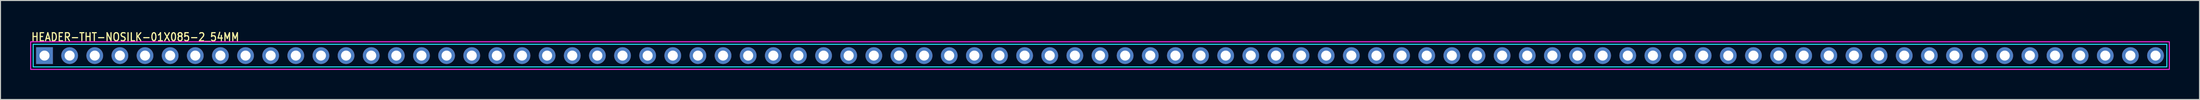
<source format=kicad_pcb>
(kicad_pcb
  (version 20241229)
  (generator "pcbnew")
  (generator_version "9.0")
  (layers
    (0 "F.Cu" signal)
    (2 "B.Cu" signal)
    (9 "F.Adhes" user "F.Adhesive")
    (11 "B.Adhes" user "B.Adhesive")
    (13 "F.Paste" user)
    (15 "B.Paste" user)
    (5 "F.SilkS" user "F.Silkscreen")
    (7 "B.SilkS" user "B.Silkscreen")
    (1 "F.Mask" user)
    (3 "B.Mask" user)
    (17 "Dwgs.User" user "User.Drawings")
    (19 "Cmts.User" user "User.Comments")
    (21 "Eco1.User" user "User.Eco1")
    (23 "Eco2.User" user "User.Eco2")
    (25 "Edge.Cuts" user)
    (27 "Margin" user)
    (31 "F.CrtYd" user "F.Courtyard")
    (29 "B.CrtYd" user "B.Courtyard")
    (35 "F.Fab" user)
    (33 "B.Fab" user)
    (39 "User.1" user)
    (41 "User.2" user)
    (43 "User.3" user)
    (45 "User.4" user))
  (footprint "HEADER-THT-NOSILK-01X085-2_54MM"
    (layer "F.Cu")
    (at 1.447 2.579)
    (property "Reference" "HEADER-THT-NOSILK-01X085-2_54MM" (at -1.4 -1.4 0) (unlocked yes) (layer "F.SilkS") (effects (font (size 0.813 0.695) (thickness 0.122)) (justify left bottom)))
    (fp_poly (pts (xy -1.143 -1.143) (xy 214.503 -1.143) (xy 214.503 1.143) (xy -1.143 1.143)) (stroke (width 0.1) (type solid)) (fill no) (layer "B.CrtYd"))
    (fp_poly (pts (xy -1.397 -1.397) (xy 214.757 -1.397) (xy 214.757 1.397) (xy -1.397 1.397)) (stroke (width 0.1) (type solid)) (fill no) (layer "F.CrtYd"))
    (pad "1" thru_hole rect (at 0 0) (size 1.693 1.693) (drill 1.016) (layers "*.Cu" "*.Mask"))
    (pad "2" thru_hole oval (at 2.54 0) (size 1.693 1.693) (drill 1.016) (layers "*.Cu" "*.Mask"))
    (pad "3" thru_hole oval (at 5.08 0) (size 1.693 1.693) (drill 1.016) (layers "*.Cu" "*.Mask"))
    (pad "4" thru_hole oval (at 7.62 0) (size 1.693 1.693) (drill 1.016) (layers "*.Cu" "*.Mask"))
    (pad "5" thru_hole oval (at 10.16 0) (size 1.693 1.693) (drill 1.016) (layers "*.Cu" "*.Mask"))
    (pad "6" thru_hole oval (at 12.7 0) (size 1.693 1.693) (drill 1.016) (layers "*.Cu" "*.Mask"))
    (pad "7" thru_hole oval (at 15.24 0) (size 1.693 1.693) (drill 1.016) (layers "*.Cu" "*.Mask"))
    (pad "8" thru_hole oval (at 17.78 0) (size 1.693 1.693) (drill 1.016) (layers "*.Cu" "*.Mask"))
    (pad "9" thru_hole oval (at 20.32 0) (size 1.693 1.693) (drill 1.016) (layers "*.Cu" "*.Mask"))
    (pad "10" thru_hole oval (at 22.86 0) (size 1.693 1.693) (drill 1.016) (layers "*.Cu" "*.Mask"))
    (pad "11" thru_hole oval (at 25.4 0) (size 1.693 1.693) (drill 1.016) (layers "*.Cu" "*.Mask"))
    (pad "12" thru_hole oval (at 27.94 0) (size 1.693 1.693) (drill 1.016) (layers "*.Cu" "*.Mask"))
    (pad "13" thru_hole oval (at 30.48 0) (size 1.693 1.693) (drill 1.016) (layers "*.Cu" "*.Mask"))
    (pad "14" thru_hole oval (at 33.02 0) (size 1.693 1.693) (drill 1.016) (layers "*.Cu" "*.Mask"))
    (pad "15" thru_hole oval (at 35.56 0) (size 1.693 1.693) (drill 1.016) (layers "*.Cu" "*.Mask"))
    (pad "16" thru_hole oval (at 38.1 0) (size 1.693 1.693) (drill 1.016) (layers "*.Cu" "*.Mask"))
    (pad "17" thru_hole oval (at 40.64 0) (size 1.693 1.693) (drill 1.016) (layers "*.Cu" "*.Mask"))
    (pad "18" thru_hole oval (at 43.18 0) (size 1.693 1.693) (drill 1.016) (layers "*.Cu" "*.Mask"))
    (pad "19" thru_hole oval (at 45.72 0) (size 1.693 1.693) (drill 1.016) (layers "*.Cu" "*.Mask"))
    (pad "20" thru_hole oval (at 48.26 0) (size 1.693 1.693) (drill 1.016) (layers "*.Cu" "*.Mask"))
    (pad "21" thru_hole oval (at 50.8 0) (size 1.693 1.693) (drill 1.016) (layers "*.Cu" "*.Mask"))
    (pad "22" thru_hole oval (at 53.34 0) (size 1.693 1.693) (drill 1.016) (layers "*.Cu" "*.Mask"))
    (pad "23" thru_hole oval (at 55.88 0) (size 1.693 1.693) (drill 1.016) (layers "*.Cu" "*.Mask"))
    (pad "24" thru_hole oval (at 58.42 0) (size 1.693 1.693) (drill 1.016) (layers "*.Cu" "*.Mask"))
    (pad "25" thru_hole oval (at 60.96 0) (size 1.693 1.693) (drill 1.016) (layers "*.Cu" "*.Mask"))
    (pad "26" thru_hole oval (at 63.5 0) (size 1.693 1.693) (drill 1.016) (layers "*.Cu" "*.Mask"))
    (pad "27" thru_hole oval (at 66.04 0) (size 1.693 1.693) (drill 1.016) (layers "*.Cu" "*.Mask"))
    (pad "28" thru_hole oval (at 68.58 0) (size 1.693 1.693) (drill 1.016) (layers "*.Cu" "*.Mask"))
    (pad "29" thru_hole oval (at 71.12 0) (size 1.693 1.693) (drill 1.016) (layers "*.Cu" "*.Mask"))
    (pad "30" thru_hole oval (at 73.66 0) (size 1.693 1.693) (drill 1.016) (layers "*.Cu" "*.Mask"))
    (pad "31" thru_hole oval (at 76.2 0) (size 1.693 1.693) (drill 1.016) (layers "*.Cu" "*.Mask"))
    (pad "32" thru_hole oval (at 78.74 0) (size 1.693 1.693) (drill 1.016) (layers "*.Cu" "*.Mask"))
    (pad "33" thru_hole oval (at 81.28 0) (size 1.693 1.693) (drill 1.016) (layers "*.Cu" "*.Mask"))
    (pad "34" thru_hole oval (at 83.82 0) (size 1.693 1.693) (drill 1.016) (layers "*.Cu" "*.Mask"))
    (pad "35" thru_hole oval (at 86.36 0) (size 1.693 1.693) (drill 1.016) (layers "*.Cu" "*.Mask"))
    (pad "36" thru_hole oval (at 88.9 0) (size 1.693 1.693) (drill 1.016) (layers "*.Cu" "*.Mask"))
    (pad "37" thru_hole oval (at 91.44 0) (size 1.693 1.693) (drill 1.016) (layers "*.Cu" "*.Mask"))
    (pad "38" thru_hole oval (at 93.98 0) (size 1.693 1.693) (drill 1.016) (layers "*.Cu" "*.Mask"))
    (pad "39" thru_hole oval (at 96.52 0) (size 1.693 1.693) (drill 1.016) (layers "*.Cu" "*.Mask"))
    (pad "40" thru_hole oval (at 99.06 0) (size 1.693 1.693) (drill 1.016) (layers "*.Cu" "*.Mask"))
    (pad "41" thru_hole oval (at 101.6 0) (size 1.693 1.693) (drill 1.016) (layers "*.Cu" "*.Mask"))
    (pad "42" thru_hole oval (at 104.14 0) (size 1.693 1.693) (drill 1.016) (layers "*.Cu" "*.Mask"))
    (pad "43" thru_hole oval (at 106.68 0) (size 1.693 1.693) (drill 1.016) (layers "*.Cu" "*.Mask"))
    (pad "44" thru_hole oval (at 109.22 0) (size 1.693 1.693) (drill 1.016) (layers "*.Cu" "*.Mask"))
    (pad "45" thru_hole oval (at 111.76 0) (size 1.693 1.693) (drill 1.016) (layers "*.Cu" "*.Mask"))
    (pad "46" thru_hole oval (at 114.3 0) (size 1.693 1.693) (drill 1.016) (layers "*.Cu" "*.Mask"))
    (pad "47" thru_hole oval (at 116.84 0) (size 1.693 1.693) (drill 1.016) (layers "*.Cu" "*.Mask"))
    (pad "48" thru_hole oval (at 119.38 0) (size 1.693 1.693) (drill 1.016) (layers "*.Cu" "*.Mask"))
    (pad "49" thru_hole oval (at 121.92 0) (size 1.693 1.693) (drill 1.016) (layers "*.Cu" "*.Mask"))
    (pad "50" thru_hole oval (at 124.46 0) (size 1.693 1.693) (drill 1.016) (layers "*.Cu" "*.Mask"))
    (pad "51" thru_hole oval (at 127 0) (size 1.693 1.693) (drill 1.016) (layers "*.Cu" "*.Mask"))
    (pad "52" thru_hole oval (at 129.54 0) (size 1.693 1.693) (drill 1.016) (layers "*.Cu" "*.Mask"))
    (pad "53" thru_hole oval (at 132.08 0) (size 1.693 1.693) (drill 1.016) (layers "*.Cu" "*.Mask"))
    (pad "54" thru_hole oval (at 134.62 0) (size 1.693 1.693) (drill 1.016) (layers "*.Cu" "*.Mask"))
    (pad "55" thru_hole oval (at 137.16 0) (size 1.693 1.693) (drill 1.016) (layers "*.Cu" "*.Mask"))
    (pad "56" thru_hole oval (at 139.7 0) (size 1.693 1.693) (drill 1.016) (layers "*.Cu" "*.Mask"))
    (pad "57" thru_hole oval (at 142.24 0) (size 1.693 1.693) (drill 1.016) (layers "*.Cu" "*.Mask"))
    (pad "58" thru_hole oval (at 144.78 0) (size 1.693 1.693) (drill 1.016) (layers "*.Cu" "*.Mask"))
    (pad "59" thru_hole oval (at 147.32 0) (size 1.693 1.693) (drill 1.016) (layers "*.Cu" "*.Mask"))
    (pad "60" thru_hole oval (at 149.86 0) (size 1.693 1.693) (drill 1.016) (layers "*.Cu" "*.Mask"))
    (pad "61" thru_hole oval (at 152.4 0) (size 1.693 1.693) (drill 1.016) (layers "*.Cu" "*.Mask"))
    (pad "62" thru_hole oval (at 154.94 0) (size 1.693 1.693) (drill 1.016) (layers "*.Cu" "*.Mask"))
    (pad "63" thru_hole oval (at 157.48 0) (size 1.693 1.693) (drill 1.016) (layers "*.Cu" "*.Mask"))
    (pad "64" thru_hole oval (at 160.02 0) (size 1.693 1.693) (drill 1.016) (layers "*.Cu" "*.Mask"))
    (pad "65" thru_hole oval (at 162.56 0) (size 1.693 1.693) (drill 1.016) (layers "*.Cu" "*.Mask"))
    (pad "66" thru_hole oval (at 165.1 0) (size 1.693 1.693) (drill 1.016) (layers "*.Cu" "*.Mask"))
    (pad "67" thru_hole oval (at 167.64 0) (size 1.693 1.693) (drill 1.016) (layers "*.Cu" "*.Mask"))
    (pad "68" thru_hole oval (at 170.18 0) (size 1.693 1.693) (drill 1.016) (layers "*.Cu" "*.Mask"))
    (pad "69" thru_hole oval (at 172.72 0) (size 1.693 1.693) (drill 1.016) (layers "*.Cu" "*.Mask"))
    (pad "70" thru_hole oval (at 175.26 0) (size 1.693 1.693) (drill 1.016) (layers "*.Cu" "*.Mask"))
    (pad "71" thru_hole oval (at 177.8 0) (size 1.693 1.693) (drill 1.016) (layers "*.Cu" "*.Mask"))
    (pad "72" thru_hole oval (at 180.34 0) (size 1.693 1.693) (drill 1.016) (layers "*.Cu" "*.Mask"))
    (pad "73" thru_hole oval (at 182.88 0) (size 1.693 1.693) (drill 1.016) (layers "*.Cu" "*.Mask"))
    (pad "74" thru_hole oval (at 185.42 0) (size 1.693 1.693) (drill 1.016) (layers "*.Cu" "*.Mask"))
    (pad "75" thru_hole oval (at 187.96 0) (size 1.693 1.693) (drill 1.016) (layers "*.Cu" "*.Mask"))
    (pad "76" thru_hole oval (at 190.5 0) (size 1.693 1.693) (drill 1.016) (layers "*.Cu" "*.Mask"))
    (pad "77" thru_hole oval (at 193.04 0) (size 1.693 1.693) (drill 1.016) (layers "*.Cu" "*.Mask"))
    (pad "78" thru_hole oval (at 195.58 0) (size 1.693 1.693) (drill 1.016) (layers "*.Cu" "*.Mask"))
    (pad "79" thru_hole oval (at 198.12 0) (size 1.693 1.693) (drill 1.016) (layers "*.Cu" "*.Mask"))
    (pad "80" thru_hole oval (at 200.66 0) (size 1.693 1.693) (drill 1.016) (layers "*.Cu" "*.Mask"))
    (pad "81" thru_hole oval (at 203.2 0) (size 1.693 1.693) (drill 1.016) (layers "*.Cu" "*.Mask"))
    (pad "82" thru_hole oval (at 205.74 0) (size 1.693 1.693) (drill 1.016) (layers "*.Cu" "*.Mask"))
    (pad "83" thru_hole oval (at 208.28 0) (size 1.693 1.693) (drill 1.016) (layers "*.Cu" "*.Mask"))
    (pad "84" thru_hole oval (at 210.82 0) (size 1.693 1.693) (drill 1.016) (layers "*.Cu" "*.Mask"))
    (pad "85" thru_hole oval (at 213.36 0) (size 1.693 1.693) (drill 1.016) (layers "*.Cu" "*.Mask")))
  (gr_rect
    (start -3 -3)
    (end 219.254 7.026)
    (stroke (width 0.1) (type default))
    (fill no)
    (layer "Edge.Cuts")))
</source>
